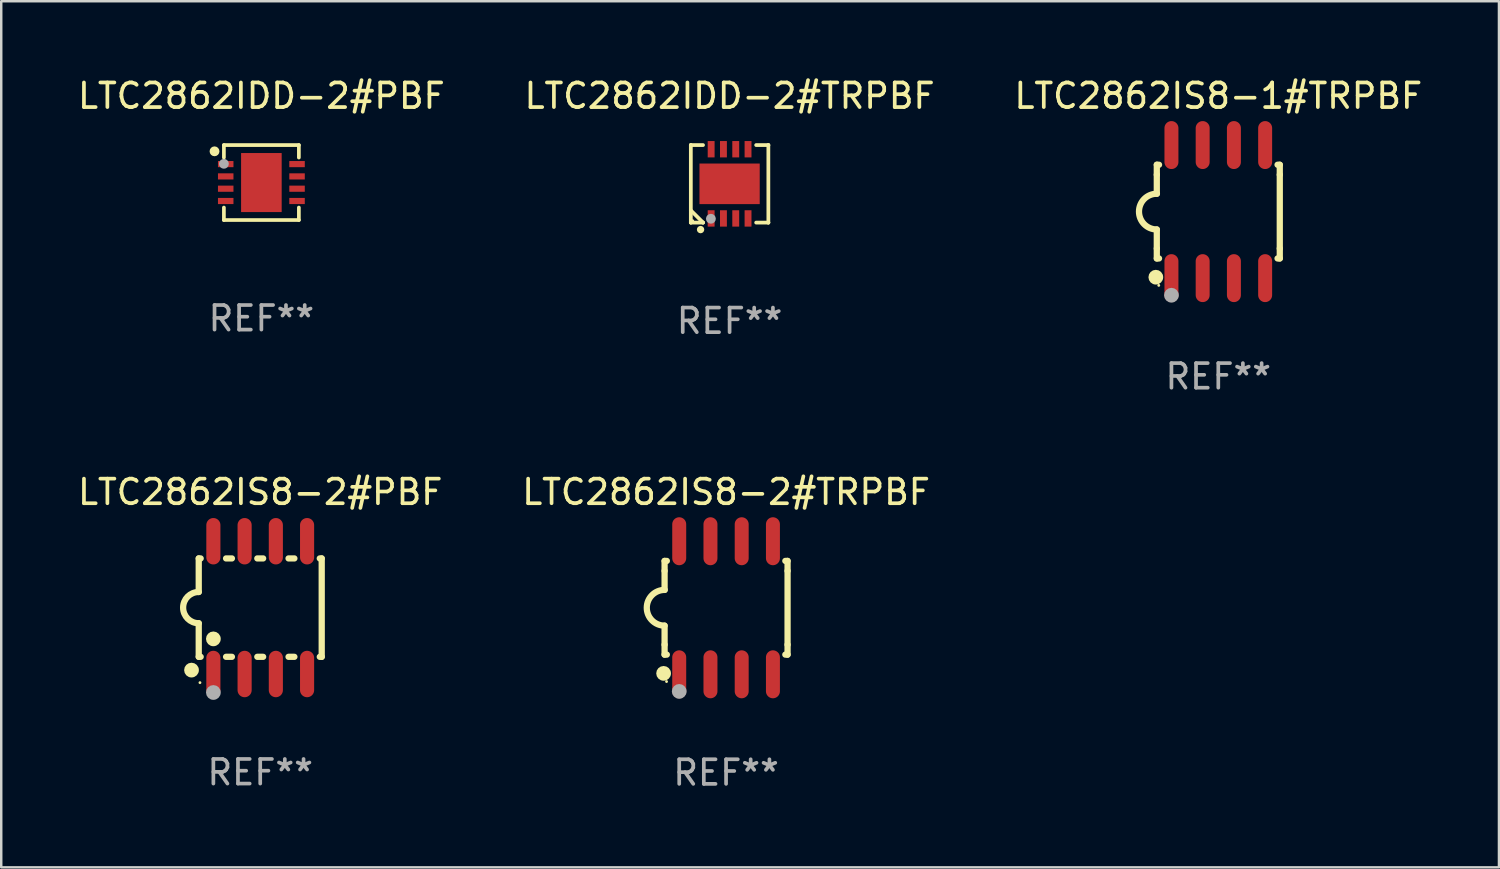
<source format=kicad_pcb>
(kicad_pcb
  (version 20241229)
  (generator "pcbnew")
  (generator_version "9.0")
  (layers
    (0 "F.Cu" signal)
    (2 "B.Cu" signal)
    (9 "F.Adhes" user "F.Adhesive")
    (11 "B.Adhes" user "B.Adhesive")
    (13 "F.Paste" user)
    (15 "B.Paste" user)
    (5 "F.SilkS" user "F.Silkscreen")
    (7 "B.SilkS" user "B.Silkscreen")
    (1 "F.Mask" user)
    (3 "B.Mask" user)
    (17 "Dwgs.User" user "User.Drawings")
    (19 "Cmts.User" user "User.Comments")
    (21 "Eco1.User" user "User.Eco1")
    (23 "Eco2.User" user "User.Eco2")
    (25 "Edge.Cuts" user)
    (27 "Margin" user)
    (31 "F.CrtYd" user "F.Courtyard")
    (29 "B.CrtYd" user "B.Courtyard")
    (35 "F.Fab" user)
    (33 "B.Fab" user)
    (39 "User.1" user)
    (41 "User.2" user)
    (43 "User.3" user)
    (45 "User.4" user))
  (footprint "LTC2862IS8-2#PBF"
    (layer "F.Cu")
    (at 7.53 21.654)
    (property "Reference" "LTC2862IS8-2#PBF" (at 0 -4.699 0) (layer "F.SilkS") (effects (font (size 1 1) (thickness 0.15))))
    (attr through_hole)
    (fp_line (start -2.5 -2) (end -2.5 -0.635) (stroke (width 0.254) (type solid)) (layer "F.SilkS"))
    (fp_line (start -2.5 -2) (end -2.421 -2) (stroke (width 0.254) (type solid)) (layer "F.SilkS"))
    (fp_line (start -2.5 2) (end -2.5 0.635) (stroke (width 0.254) (type solid)) (layer "F.SilkS"))
    (fp_line (start -2.5 2) (end -2.421 2) (stroke (width 0.254) (type solid)) (layer "F.SilkS"))
    (fp_line (start -1.389 -2) (end -1.151 -2) (stroke (width 0.254) (type solid)) (layer "F.SilkS"))
    (fp_line (start -1.389 2) (end -1.151 2) (stroke (width 0.254) (type solid)) (layer "F.SilkS"))
    (fp_line (start -0.119 -2) (end 0.119 -2) (stroke (width 0.254) (type solid)) (layer "F.SilkS"))
    (fp_line (start -0.119 2) (end 0.119 2) (stroke (width 0.254) (type solid)) (layer "F.SilkS"))
    (fp_line (start 1.151 -2) (end 1.389 -2) (stroke (width 0.254) (type solid)) (layer "F.SilkS"))
    (fp_line (start 1.151 2) (end 1.389 2) (stroke (width 0.254) (type solid)) (layer "F.SilkS"))
    (fp_line (start 2.421 -2) (end 2.5 -2) (stroke (width 0.254) (type solid)) (layer "F.SilkS"))
    (fp_line (start 2.421 2) (end 2.5 2) (stroke (width 0.254) (type solid)) (layer "F.SilkS"))
    (fp_line (start 2.5 -2) (end 2.5 2) (stroke (width 0.254) (type solid)) (layer "F.SilkS"))
    (fp_arc (start -2.5 0.635001) (mid -3.134366 -0.000318) (end -2.499365 -0.635001) (stroke (width 0.254001) (type solid)) (layer "F.SilkS"))
    (fp_circle (center -2.794 2.54) (end -2.644 2.54) (stroke (width 0.3) (type solid)) (fill no) (layer "F.SilkS"))
    (fp_circle (center -2.45 3.05) (end -2.42 3.05) (stroke (width 0.06) (type solid)) (fill no) (layer "F.SilkS"))
    (fp_circle (center -1.905 1.27) (end -1.755 1.27) (stroke (width 0.3) (type solid)) (fill no) (layer "F.SilkS"))
    (fp_circle (center -1.905 3.45) (end -1.755 3.45) (stroke (width 0.3) (type solid)) (fill no) (layer "F.Fab"))
    (fp_text user "REF**" (at 0 6.699 0) (layer "F.Fab") (effects (font (size 1 1) (thickness 0.15))))
    (pad "1" smd oval (at -1.905 2.699) (size 0.574 1.888) (layers "F.Cu" "F.Mask" "F.Paste"))
    (pad "2" smd oval (at -0.635 2.699) (size 0.574 1.888) (layers "F.Cu" "F.Mask" "F.Paste"))
    (pad "3" smd oval (at 0.635 2.699) (size 0.574 1.888) (layers "F.Cu" "F.Mask" "F.Paste"))
    (pad "4" smd oval (at 1.905 2.699) (size 0.574 1.888) (layers "F.Cu" "F.Mask" "F.Paste"))
    (pad "5" smd oval (at 1.905 -2.699) (size 0.574 1.888) (layers "F.Cu" "F.Mask" "F.Paste"))
    (pad "6" smd oval (at 0.635 -2.699) (size 0.574 1.888) (layers "F.Cu" "F.Mask" "F.Paste"))
    (pad "7" smd oval (at -0.635 -2.699) (size 0.574 1.888) (layers "F.Cu" "F.Mask" "F.Paste"))
    (pad "8" smd oval (at -1.905 -2.699) (size 0.574 1.888) (layers "F.Cu" "F.Mask" "F.Paste")))
  (footprint "LTC2862IS8-1#TRPBF"
    (layer "F.Cu")
    (at 46.482 5.553)
    (property "Reference" "LTC2862IS8-1#TRPBF" (at 0 -4.705 0) (layer "F.SilkS") (effects (font (size 1 1) (thickness 0.15))))
    (attr through_hole)
    (fp_line (start -2.5 -1.905) (end -2.409 -1.905) (stroke (width 0.254) (type solid)) (layer "F.SilkS"))
    (fp_line (start -2.5 -1.5) (end -2.5 -1.905) (stroke (width 0.254) (type solid)) (layer "F.SilkS"))
    (fp_line (start -2.5 -1.5) (end -2.5 -0.726) (stroke (width 0.254) (type solid)) (layer "F.SilkS"))
    (fp_line (start -2.5 1.5) (end -2.5 0.727) (stroke (width 0.254) (type solid)) (layer "F.SilkS"))
    (fp_line (start -2.5 1.5) (end -2.5 1.905) (stroke (width 0.254) (type solid)) (layer "F.SilkS"))
    (fp_line (start -2.5 1.905) (end -2.409 1.905) (stroke (width 0.254) (type solid)) (layer "F.SilkS"))
    (fp_line (start 2.5 -1.905) (end 2.409 -1.905) (stroke (width 0.254) (type solid)) (layer "F.SilkS"))
    (fp_line (start 2.5 -1.5) (end 2.5 -1.905) (stroke (width 0.254) (type solid)) (layer "F.SilkS"))
    (fp_line (start 2.5 -1.5) (end 2.5 1.5) (stroke (width 0.254) (type solid)) (layer "F.SilkS"))
    (fp_line (start 2.5 1.5) (end 2.5 1.905) (stroke (width 0.254) (type solid)) (layer "F.SilkS"))
    (fp_line (start 2.5 1.905) (end 2.409 1.905) (stroke (width 0.254) (type solid)) (layer "F.SilkS"))
    (fp_arc (start -2.5 0.726568) (mid -3.220316 -0.0023) (end -2.495097 -0.726289) (stroke (width 0.254001) (type solid)) (layer "F.SilkS"))
    (fp_circle (center -2.54 2.667) (end -2.39 2.667) (stroke (width 0.3) (type solid)) (fill no) (layer "F.SilkS"))
    (fp_circle (center -2.42 3) (end -2.39 3) (stroke (width 0.06) (type solid)) (fill no) (layer "F.SilkS"))
    (fp_circle (center -1.905 3.4) (end -1.755 3.4) (stroke (width 0.3) (type solid)) (fill no) (layer "F.Fab"))
    (fp_text user "REF**" (at 0 6.705 0) (layer "F.Fab") (effects (font (size 1 1) (thickness 0.15))))
    (pad "1" smd oval (at -1.905 2.705) (size 0.568 1.95) (layers "F.Cu" "F.Mask" "F.Paste"))
    (pad "2" smd oval (at -0.635 2.705) (size 0.568 1.95) (layers "F.Cu" "F.Mask" "F.Paste"))
    (pad "3" smd oval (at 0.635 2.705) (size 0.568 1.95) (layers "F.Cu" "F.Mask" "F.Paste"))
    (pad "4" smd oval (at 1.905 2.705) (size 0.568 1.95) (layers "F.Cu" "F.Mask" "F.Paste"))
    (pad "5" smd oval (at 1.905 -2.705) (size 0.568 1.95) (layers "F.Cu" "F.Mask" "F.Paste"))
    (pad "6" smd oval (at 0.635 -2.705) (size 0.568 1.95) (layers "F.Cu" "F.Mask" "F.Paste"))
    (pad "7" smd oval (at -0.635 -2.705) (size 0.568 1.95) (layers "F.Cu" "F.Mask" "F.Paste"))
    (pad "8" smd oval (at -1.905 -2.705) (size 0.568 1.95) (layers "F.Cu" "F.Mask" "F.Paste")))
  (footprint "LTC2862IDD-2#PBF"
    (layer "F.Cu")
    (at 7.577 4.372)
    (property "Reference" "LTC2862IDD-2#PBF" (at 0 -3.524 0) (layer "F.SilkS") (effects (font (size 1 1) (thickness 0.15))))
    (attr through_hole)
    (fp_line (start -1.524 -1.524) (end 1.524 -1.524) (stroke (width 0.15) (type solid)) (layer "F.SilkS"))
    (fp_line (start -1.524 -1.016) (end -1.524 -1.524) (stroke (width 0.15) (type solid)) (layer "F.SilkS"))
    (fp_line (start -1.524 1.016) (end -1.524 1.524) (stroke (width 0.15) (type solid)) (layer "F.SilkS"))
    (fp_line (start -1.524 1.524) (end 1.524 1.524) (stroke (width 0.15) (type solid)) (layer "F.SilkS"))
    (fp_line (start 1.524 -1.524) (end 1.524 -1.016) (stroke (width 0.15) (type solid)) (layer "F.SilkS"))
    (fp_line (start 1.524 1.524) (end 1.524 1.016) (stroke (width 0.15) (type solid)) (layer "F.SilkS"))
    (fp_circle (center -1.905 -1.27) (end -1.805 -1.27) (stroke (width 0.2) (type solid)) (fill no) (layer "F.SilkS"))
    (fp_circle (center -1.5 -1.5) (end -1.47 -1.5) (stroke (width 0.06) (type solid)) (fill no) (layer "F.SilkS"))
    (fp_circle (center -1.524 -0.762) (end -1.424 -0.762) (stroke (width 0.2) (type solid)) (fill no) (layer "F.Fab"))
    (fp_text user "REF**" (at 0 5.524 0) (layer "F.Fab") (effects (font (size 1 1) (thickness 0.15))))
    (pad "1" smd rect (at -1.45 -0.75) (size 0.63 0.25) (layers "F.Cu" "F.Mask" "F.Paste"))
    (pad "2" smd rect (at -1.45 -0.25) (size 0.63 0.25) (layers "F.Cu" "F.Mask" "F.Paste"))
    (pad "3" smd rect (at -1.45 0.25) (size 0.63 0.25) (layers "F.Cu" "F.Mask" "F.Paste"))
    (pad "4" smd rect (at -1.45 0.75) (size 0.63 0.25) (layers "F.Cu" "F.Mask" "F.Paste"))
    (pad "5" smd rect (at 1.45 0.75) (size 0.63 0.25) (layers "F.Cu" "F.Mask" "F.Paste"))
    (pad "6" smd rect (at 1.45 0.25) (size 0.63 0.25) (layers "F.Cu" "F.Mask" "F.Paste"))
    (pad "7" smd rect (at 1.45 -0.25) (size 0.63 0.25) (layers "F.Cu" "F.Mask" "F.Paste"))
    (pad "8" smd rect (at 1.45 -0.75) (size 0.63 0.25) (layers "F.Cu" "F.Mask" "F.Paste"))
    (pad "9" smd rect (at -0.000025 0.000127) (size 1.65 2.4) (layers "F.Cu" "F.Mask" "F.Paste")))
  (footprint "LTC2862IS8-2#TRPBF"
    (layer "F.Cu")
    (at 26.47 21.66)
    (property "Reference" "LTC2862IS8-2#TRPBF" (at 0 -4.705 0) (layer "F.SilkS") (effects (font (size 1 1) (thickness 0.15))))
    (attr through_hole)
    (fp_line (start -2.5 -1.905) (end -2.409 -1.905) (stroke (width 0.254) (type solid)) (layer "F.SilkS"))
    (fp_line (start -2.5 -1.5) (end -2.5 -1.905) (stroke (width 0.254) (type solid)) (layer "F.SilkS"))
    (fp_line (start -2.5 -1.5) (end -2.5 -0.726) (stroke (width 0.254) (type solid)) (layer "F.SilkS"))
    (fp_line (start -2.5 1.5) (end -2.5 0.727) (stroke (width 0.254) (type solid)) (layer "F.SilkS"))
    (fp_line (start -2.5 1.5) (end -2.5 1.905) (stroke (width 0.254) (type solid)) (layer "F.SilkS"))
    (fp_line (start -2.5 1.905) (end -2.409 1.905) (stroke (width 0.254) (type solid)) (layer "F.SilkS"))
    (fp_line (start 2.5 -1.905) (end 2.409 -1.905) (stroke (width 0.254) (type solid)) (layer "F.SilkS"))
    (fp_line (start 2.5 -1.5) (end 2.5 -1.905) (stroke (width 0.254) (type solid)) (layer "F.SilkS"))
    (fp_line (start 2.5 -1.5) (end 2.5 1.5) (stroke (width 0.254) (type solid)) (layer "F.SilkS"))
    (fp_line (start 2.5 1.5) (end 2.5 1.905) (stroke (width 0.254) (type solid)) (layer "F.SilkS"))
    (fp_line (start 2.5 1.905) (end 2.409 1.905) (stroke (width 0.254) (type solid)) (layer "F.SilkS"))
    (fp_arc (start -2.5 0.726568) (mid -3.220316 -0.0023) (end -2.495097 -0.726289) (stroke (width 0.254001) (type solid)) (layer "F.SilkS"))
    (fp_circle (center -2.54 2.667) (end -2.39 2.667) (stroke (width 0.3) (type solid)) (fill no) (layer "F.SilkS"))
    (fp_circle (center -2.42 3) (end -2.39 3) (stroke (width 0.06) (type solid)) (fill no) (layer "F.SilkS"))
    (fp_circle (center -1.905 3.4) (end -1.755 3.4) (stroke (width 0.3) (type solid)) (fill no) (layer "F.Fab"))
    (fp_text user "REF**" (at 0 6.705 0) (layer "F.Fab") (effects (font (size 1 1) (thickness 0.15))))
    (pad "1" smd oval (at -1.905 2.705) (size 0.568 1.95) (layers "F.Cu" "F.Mask" "F.Paste"))
    (pad "2" smd oval (at -0.635 2.705) (size 0.568 1.95) (layers "F.Cu" "F.Mask" "F.Paste"))
    (pad "3" smd oval (at 0.635 2.705) (size 0.568 1.95) (layers "F.Cu" "F.Mask" "F.Paste"))
    (pad "4" smd oval (at 1.905 2.705) (size 0.568 1.95) (layers "F.Cu" "F.Mask" "F.Paste"))
    (pad "5" smd oval (at 1.905 -2.705) (size 0.568 1.95) (layers "F.Cu" "F.Mask" "F.Paste"))
    (pad "6" smd oval (at 0.635 -2.705) (size 0.568 1.95) (layers "F.Cu" "F.Mask" "F.Paste"))
    (pad "7" smd oval (at -0.635 -2.705) (size 0.568 1.95) (layers "F.Cu" "F.Mask" "F.Paste"))
    (pad "8" smd oval (at -1.905 -2.705) (size 0.568 1.95) (layers "F.Cu" "F.Mask" "F.Paste")))
  (footprint "LTC2862IDD-2#TRPBF"
    (layer "F.Cu")
    (at 26.613 4.424)
    (property "Reference" "LTC2862IDD-2#TRPBF" (at 0 -3.576 0) (layer "F.SilkS") (effects (font (size 1 1) (thickness 0.15))))
    (attr through_hole)
    (fp_line (start -1.576 -1.576) (end -1.576 -1.576) (stroke (width 0.152) (type solid)) (layer "F.SilkS"))
    (fp_line (start -1.576 -1.576) (end -1.08 -1.576) (stroke (width 0.152) (type solid)) (layer "F.SilkS"))
    (fp_line (start -1.576 1.576) (end -1.576 -1.576) (stroke (width 0.152) (type solid)) (layer "F.SilkS"))
    (fp_line (start -1.576 1.576) (end -1.576 1.576) (stroke (width 0.152) (type solid)) (layer "F.SilkS"))
    (fp_line (start -1.08 1.575) (end -1.576 1.079) (stroke (width 0.152) (type solid)) (layer "F.SilkS"))
    (fp_line (start -1.08 1.576) (end -1.576 1.576) (stroke (width 0.152) (type solid)) (layer "F.SilkS"))
    (fp_line (start -1.08 1.576) (end -1.08 1.575) (stroke (width 0.152) (type solid)) (layer "F.SilkS"))
    (fp_line (start 1.08 1.576) (end 1.576 1.576) (stroke (width 0.152) (type solid)) (layer "F.SilkS"))
    (fp_line (start 1.576 -1.576) (end 1.08 -1.576) (stroke (width 0.152) (type solid)) (layer "F.SilkS"))
    (fp_line (start 1.576 -1.576) (end 1.576 -1.576) (stroke (width 0.152) (type solid)) (layer "F.SilkS"))
    (fp_line (start 1.576 1.576) (end 1.576 -1.576) (stroke (width 0.152) (type solid)) (layer "F.SilkS"))
    (fp_line (start 1.576 1.576) (end 1.576 1.576) (stroke (width 0.152) (type solid)) (layer "F.SilkS"))
    (fp_circle (center -1.5 1.5) (end -1.47 1.5) (stroke (width 0.06) (type solid)) (fill no) (layer "F.SilkS"))
    (fp_circle (center -1.18 1.86) (end -1.105 1.86) (stroke (width 0.15) (type solid)) (fill no) (layer "F.SilkS"))
    (fp_circle (center -0.76 1.42) (end -0.66 1.42) (stroke (width 0.2) (type solid)) (fill no) (layer "F.Fab"))
    (fp_text user "REF**" (at 0 5.576 0) (layer "F.Fab") (effects (font (size 1 1) (thickness 0.15))))
    (pad "1" smd rect (at -0.75 1.407) (size 0.28 0.665) (layers "F.Cu" "F.Mask" "F.Paste"))
    (pad "2" smd rect (at -0.25 1.407) (size 0.28 0.665) (layers "F.Cu" "F.Mask" "F.Paste"))
    (pad "3" smd rect (at 0.25 1.407) (size 0.28 0.665) (layers "F.Cu" "F.Mask" "F.Paste"))
    (pad "4" smd rect (at 0.75 1.407) (size 0.28 0.665) (layers "F.Cu" "F.Mask" "F.Paste"))
    (pad "5" smd rect (at 0.75 -1.407) (size 0.28 0.665) (layers "F.Cu" "F.Mask" "F.Paste"))
    (pad "6" smd rect (at 0.25 -1.407) (size 0.28 0.665) (layers "F.Cu" "F.Mask" "F.Paste"))
    (pad "7" smd rect (at -0.25 -1.407) (size 0.28 0.665) (layers "F.Cu" "F.Mask" "F.Paste"))
    (pad "8" smd rect (at -0.75 -1.407) (size 0.28 0.665) (layers "F.Cu" "F.Mask" "F.Paste"))
    (pad "9" smd rect (at 0 0) (size 2.45 1.65) (layers "F.Cu" "F.Mask" "F.Paste")))
  (gr_rect
    (start -3 -3)
    (end 57.893 32.213)
    (stroke (width 0.1) (type default))
    (fill no)
    (layer "Edge.Cuts")))
</source>
